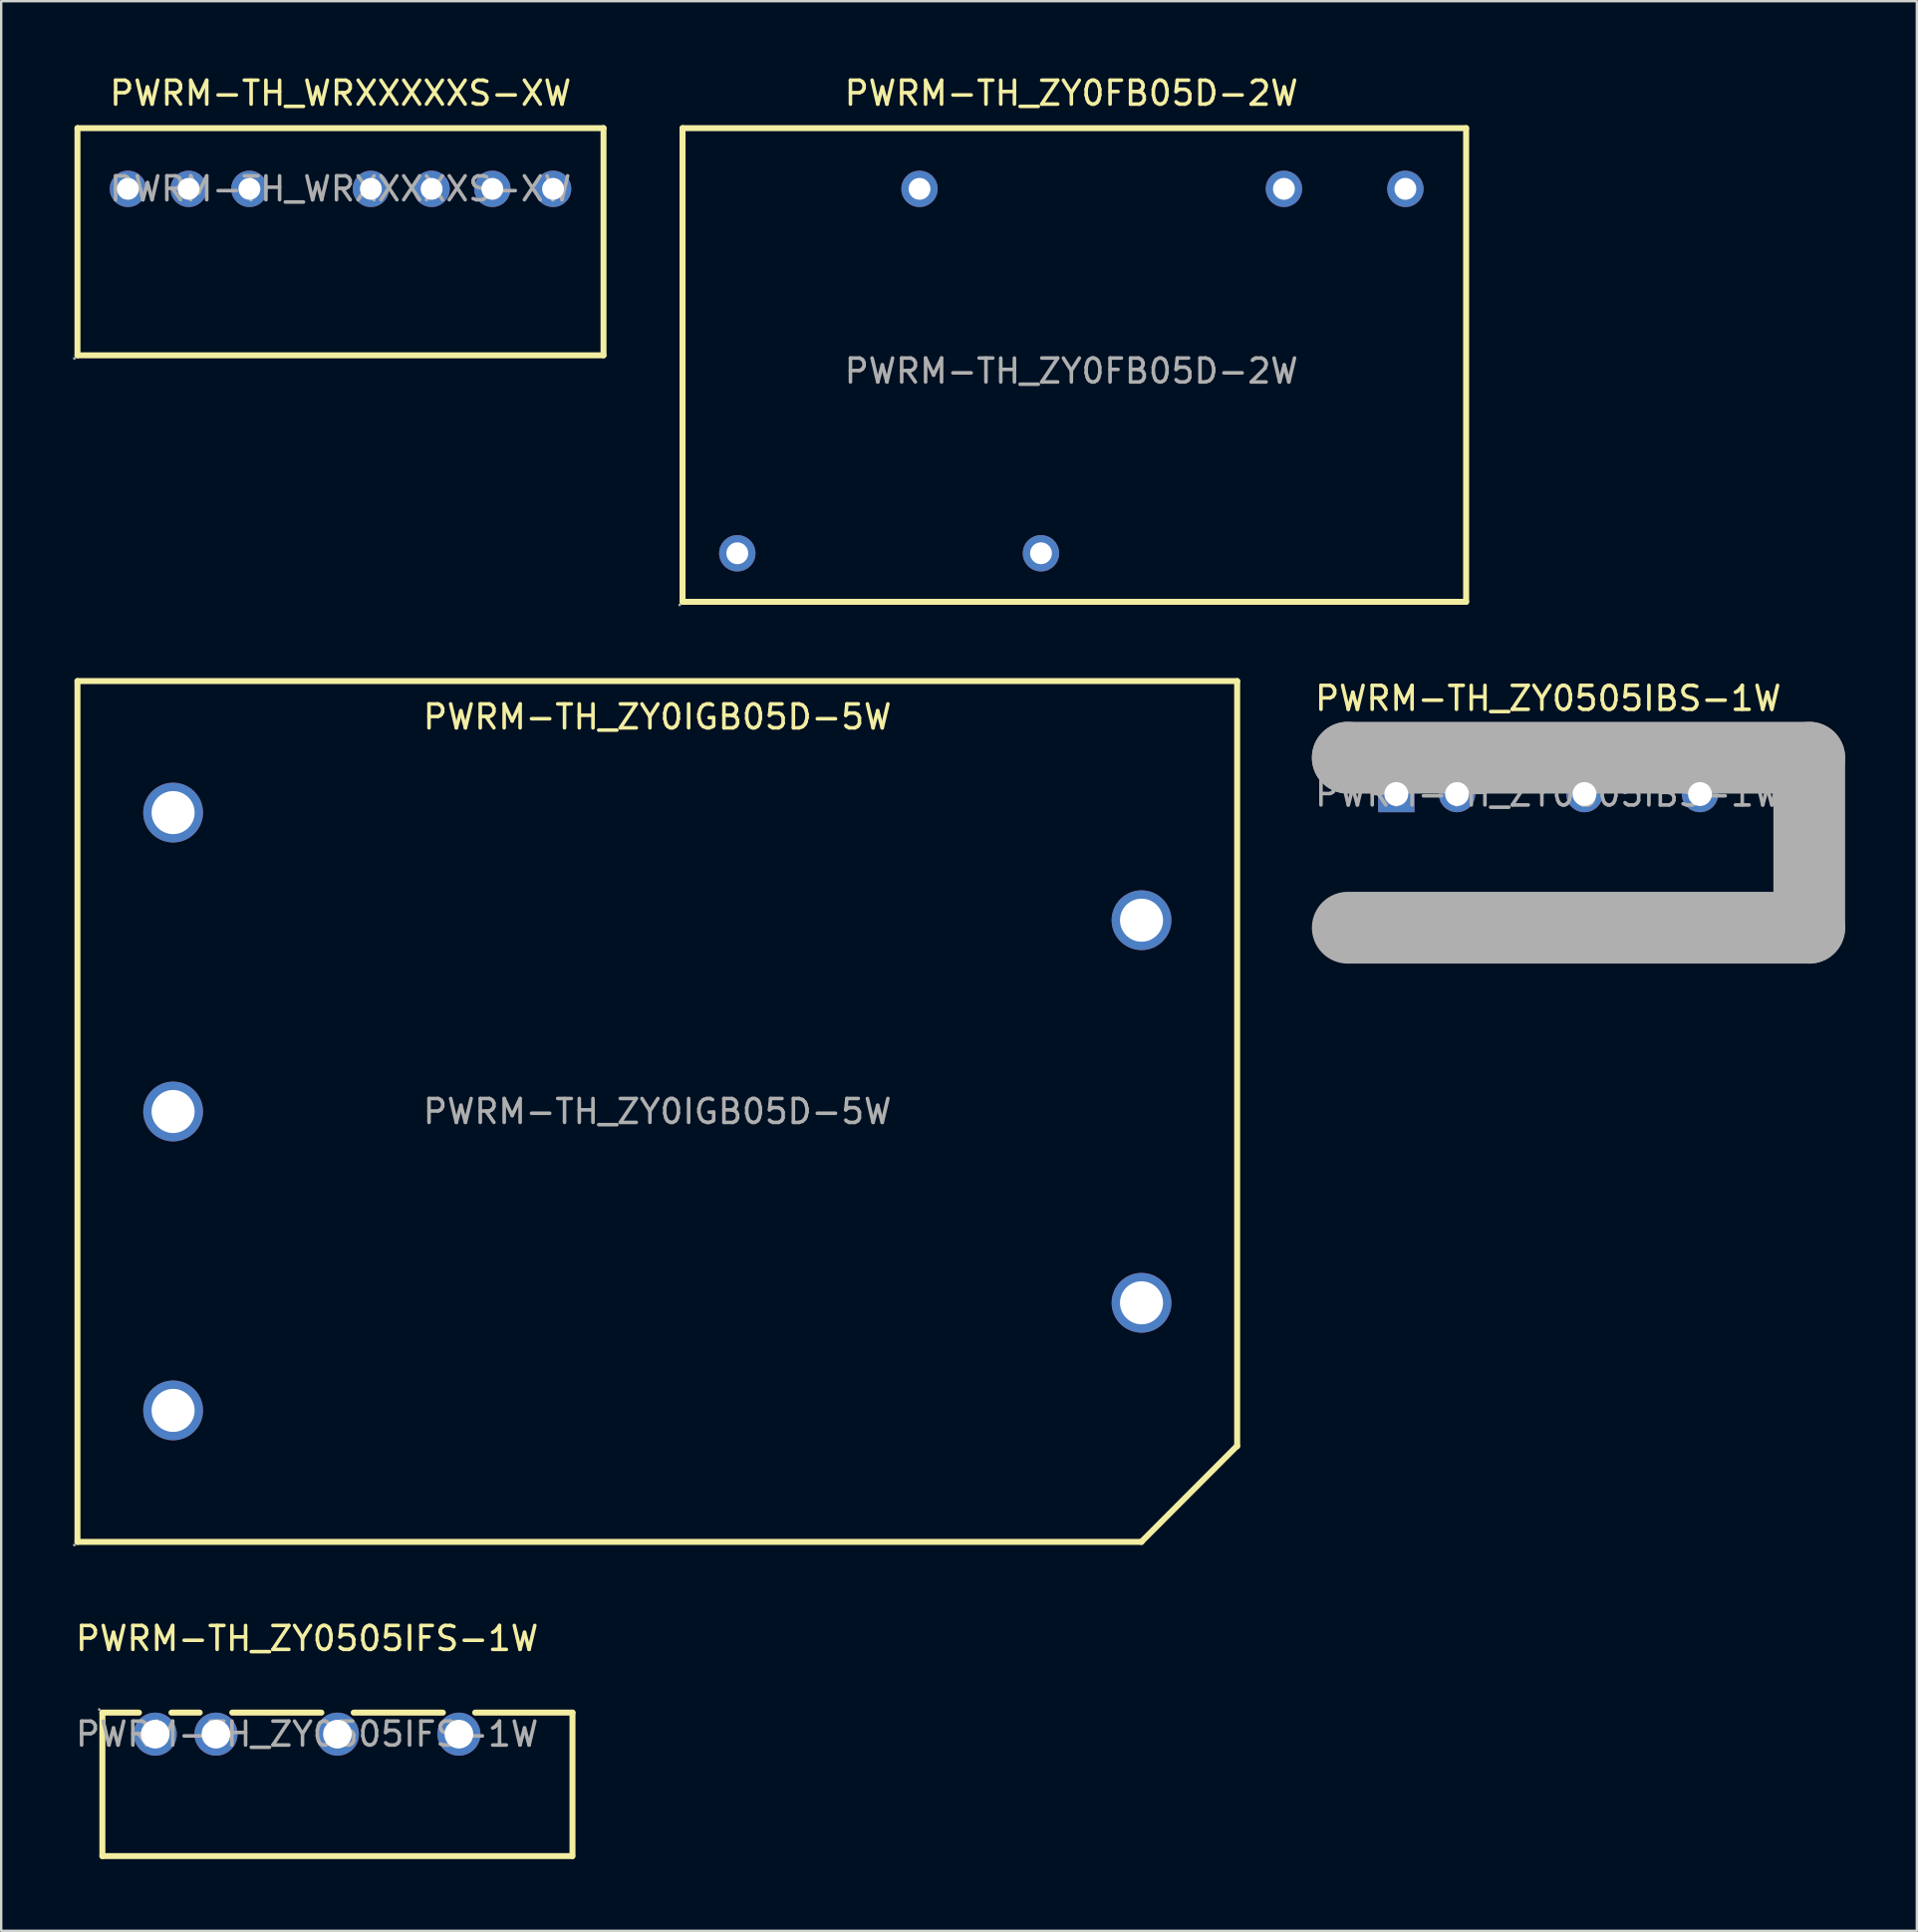
<source format=kicad_pcb>
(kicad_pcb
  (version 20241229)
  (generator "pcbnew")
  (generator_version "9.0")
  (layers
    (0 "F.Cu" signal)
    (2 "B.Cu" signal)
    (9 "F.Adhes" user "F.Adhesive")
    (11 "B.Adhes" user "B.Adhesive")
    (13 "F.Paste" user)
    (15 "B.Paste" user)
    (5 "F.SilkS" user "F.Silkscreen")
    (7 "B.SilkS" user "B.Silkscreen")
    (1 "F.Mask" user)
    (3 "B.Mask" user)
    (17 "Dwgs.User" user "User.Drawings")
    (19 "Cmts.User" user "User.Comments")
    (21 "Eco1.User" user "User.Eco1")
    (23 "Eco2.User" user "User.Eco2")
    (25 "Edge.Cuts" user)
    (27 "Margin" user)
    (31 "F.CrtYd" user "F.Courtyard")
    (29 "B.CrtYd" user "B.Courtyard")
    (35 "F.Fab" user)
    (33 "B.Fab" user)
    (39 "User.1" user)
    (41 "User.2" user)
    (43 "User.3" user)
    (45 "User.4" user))
  (footprint "PWRM-TH_ZY0505IBS-1W"
    (layer "F.Cu")
    (at 61.695 30.157)
    (property "Reference" "PWRM-TH_ZY0505IBS-1W" (at 0 -4 0) (layer "F.SilkS") (effects (font (size 1 1) (thickness 0.15))))
    (attr through_hole)
    (fp_line (start -8.38 -1.52) (end -8.38 -1.52) (stroke (width 3) (type solid)) (layer "F.Fab"))
    (fp_line (start -8.38 -1.52) (end 10.92 -1.52) (stroke (width 3) (type solid)) (layer "F.Fab"))
    (fp_line (start 10.92 -1.52) (end 10.92 5.59) (stroke (width 3) (type solid)) (layer "F.Fab"))
    (fp_line (start 10.92 5.59) (end -8.38 5.59) (stroke (width 3) (type solid)) (layer "F.Fab"))
    (fp_circle (center -8.51 5.72) (end -8.48 5.72) (stroke (width 0.06) (type solid)) (fill no) (layer "F.Fab"))
    (fp_circle (center -6.35 0) (end -6.15 0) (stroke (width 0.4) (type solid)) (fill no) (layer "F.Fab"))
    (fp_circle (center -3.81 0) (end -3.61 0) (stroke (width 0.4) (type solid)) (fill no) (layer "F.Fab"))
    (fp_circle (center 1.52 0) (end 1.72 0) (stroke (width 0.4) (type solid)) (fill no) (layer "F.Fab"))
    (fp_circle (center 6.35 0) (end 6.55 0) (stroke (width 0.4) (type solid)) (fill no) (layer "F.Fab"))
    (fp_text user "${REFERENCE}" (at 0 0 0) (layer "F.Fab") (effects (font (size 1 1) (thickness 0.15))))
    (pad "1" thru_hole rect (at -6.35 0) (size 1.52 1.52) (drill 1) (layers "*.Cu" "*.Paste" "*.Mask"))
    (pad "2" thru_hole circle (at -3.81 0) (size 1.52 1.52) (drill 1) (layers "*.Cu" "*.Paste" "*.Mask"))
    (pad "4" thru_hole circle (at 1.52 0) (size 1.52 1.52) (drill 1) (layers "*.Cu" "*.Paste" "*.Mask"))
    (pad "6" thru_hole circle (at 6.35 0) (size 1.52 1.52) (drill 1) (layers "*.Cu" "*.Paste" "*.Mask")))
  (footprint "PWRM-TH_ZY0FB05D-2W"
    (layer "F.Cu")
    (at 41.755 12.468)
    (property "Reference" "PWRM-TH_ZY0FB05D-2W" (at 0 -11.62 0) (layer "F.SilkS") (effects (font (size 1 1) (thickness 0.15))))
    (attr through_hole)
    (fp_line (start -16.26 -10.16) (end -16.26 9.65) (stroke (width 0.25) (type solid)) (layer "F.SilkS"))
    (fp_line (start -16.26 9.65) (end 16.51 9.65) (stroke (width 0.25) (type solid)) (layer "F.SilkS"))
    (fp_line (start 16.51 -10.16) (end -16.26 -10.16) (stroke (width 0.25) (type solid)) (layer "F.SilkS"))
    (fp_line (start 16.51 9.65) (end 16.51 -10.16) (stroke (width 0.25) (type solid)) (layer "F.SilkS"))
    (fp_circle (center -16.38 9.78) (end -16.35 9.78) (stroke (width 0.06) (type solid)) (fill no) (layer "F.Fab"))
    (fp_circle (center -13.97 7.62) (end -13.79 7.62) (stroke (width 0.36) (type solid)) (fill no) (layer "F.Fab"))
    (fp_circle (center -6.35 -7.62) (end -6.17 -7.62) (stroke (width 0.36) (type solid)) (fill no) (layer "F.Fab"))
    (fp_circle (center -1.27 7.62) (end -1.09 7.62) (stroke (width 0.36) (type solid)) (fill no) (layer "F.Fab"))
    (fp_circle (center 8.89 -7.62) (end 9.07 -7.62) (stroke (width 0.36) (type solid)) (fill no) (layer "F.Fab"))
    (fp_circle (center 13.97 -7.62) (end 14.15 -7.62) (stroke (width 0.36) (type solid)) (fill no) (layer "F.Fab"))
    (fp_text user "${REFERENCE}" (at 0 0 0) (layer "F.Fab") (effects (font (size 1 1) (thickness 0.15))))
    (pad "1" thru_hole circle (at -13.97 7.62) (size 1.52 1.52) (drill 0.914) (layers "*.Cu" "*.Paste" "*.Mask"))
    (pad "2" thru_hole circle (at -1.27 7.62) (size 1.52 1.52) (drill 0.914) (layers "*.Cu" "*.Paste" "*.Mask"))
    (pad "3" thru_hole circle (at 13.97 -7.62) (size 1.52 1.52) (drill 0.914) (layers "*.Cu" "*.Paste" "*.Mask"))
    (pad "4" thru_hole circle (at 8.89 -7.62) (size 1.52 1.52) (drill 0.914) (layers "*.Cu" "*.Paste" "*.Mask"))
    (pad "5" thru_hole circle (at -6.35 -7.62) (size 1.52 1.52) (drill 0.914) (layers "*.Cu" "*.Paste" "*.Mask")))
  (footprint "PWRM-TH_WRXXXXXS-XW"
    (layer "F.Cu")
    (at 11.19 4.848)
    (property "Reference" "PWRM-TH_WRXXXXXS-XW" (at 0 -4 0) (layer "F.SilkS") (effects (font (size 1 1) (thickness 0.15))))
    (attr through_hole)
    (fp_line (start -11 -2.54) (end -11 6.96) (stroke (width 0.25) (type solid)) (layer "F.SilkS"))
    (fp_line (start -11 -2.54) (end 11 -2.54) (stroke (width 0.25) (type solid)) (layer "F.SilkS"))
    (fp_line (start -11 6.96) (end 11 6.96) (stroke (width 0.25) (type solid)) (layer "F.SilkS"))
    (fp_line (start 11 -2.54) (end 11 6.96) (stroke (width 0.25) (type solid)) (layer "F.SilkS"))
    (fp_circle (center -11.13 7.09) (end -11.1 7.09) (stroke (width 0.06) (type solid)) (fill no) (layer "F.Fab"))
    (fp_circle (center -8.89 0) (end -8.71 0) (stroke (width 0.36) (type solid)) (fill no) (layer "F.Fab"))
    (fp_circle (center -6.35 0) (end -6.17 0) (stroke (width 0.36) (type solid)) (fill no) (layer "F.Fab"))
    (fp_circle (center -3.81 0) (end -3.63 0) (stroke (width 0.36) (type solid)) (fill no) (layer "F.Fab"))
    (fp_circle (center 1.27 0) (end 1.45 0) (stroke (width 0.36) (type solid)) (fill no) (layer "F.Fab"))
    (fp_circle (center 3.81 0) (end 3.99 0) (stroke (width 0.36) (type solid)) (fill no) (layer "F.Fab"))
    (fp_circle (center 6.35 0) (end 6.53 0) (stroke (width 0.36) (type solid)) (fill no) (layer "F.Fab"))
    (fp_circle (center 8.89 0) (end 9.07 0) (stroke (width 0.36) (type solid)) (fill no) (layer "F.Fab"))
    (fp_text user "${REFERENCE}" (at 0 0 0) (layer "F.Fab") (effects (font (size 1 1) (thickness 0.15))))
    (pad "1" thru_hole circle (at -8.89 0) (size 1.52 1.52) (drill 0.914) (layers "*.Cu" "*.Paste" "*.Mask"))
    (pad "2" thru_hole circle (at -6.35 0) (size 1.52 1.52) (drill 0.914) (layers "*.Cu" "*.Paste" "*.Mask"))
    (pad "3" thru_hole circle (at -3.81 0) (size 1.52 1.52) (drill 0.914) (layers "*.Cu" "*.Paste" "*.Mask"))
    (pad "5" thru_hole circle (at 1.27 0) (size 1.52 1.52) (drill 0.914) (layers "*.Cu" "*.Paste" "*.Mask"))
    (pad "6" thru_hole circle (at 3.81 0) (size 1.52 1.52) (drill 0.914) (layers "*.Cu" "*.Paste" "*.Mask"))
    (pad "7" thru_hole circle (at 6.35 0) (size 1.52 1.52) (drill 0.914) (layers "*.Cu" "*.Paste" "*.Mask"))
    (pad "8" thru_hole circle (at 8.89 0) (size 1.52 1.52) (drill 0.914) (layers "*.Cu" "*.Paste" "*.Mask")))
  (footprint "PWRM-TH_ZY0505IFS-1W"
    (layer "F.Cu")
    (at 9.792 69.472)
    (property "Reference" "PWRM-TH_ZY0505IFS-1W" (at 0 -4 0) (layer "F.SilkS") (effects (font (size 1 1) (thickness 0.15))))
    (attr through_hole)
    (fp_line (start -8.56 -0.9) (end -8.56 5.1) (stroke (width 0.25) (type solid)) (layer "F.SilkS"))
    (fp_line (start -7.03 -0.9) (end -8.56 -0.9) (stroke (width 0.25) (type solid)) (layer "F.SilkS"))
    (fp_line (start -4.49 -0.9) (end -5.67 -0.9) (stroke (width 0.25) (type solid)) (layer "F.SilkS"))
    (fp_line (start 0.6 -0.9) (end -3.13 -0.9) (stroke (width 0.25) (type solid)) (layer "F.SilkS"))
    (fp_line (start 5.68 -0.9) (end 1.95 -0.9) (stroke (width 0.25) (type solid)) (layer "F.SilkS"))
    (fp_line (start 11.09 5.1) (end -8.56 5.1) (stroke (width 0.25) (type solid)) (layer "F.SilkS"))
    (fp_line (start 11.1 -0.9) (end 7.03 -0.9) (stroke (width 0.25) (type solid)) (layer "F.SilkS"))
    (fp_line (start 11.1 5.1) (end 11.1 -0.9) (stroke (width 0.25) (type solid)) (layer "F.SilkS"))
    (fp_circle (center -8.69 -1.03) (end -8.66 -1.03) (stroke (width 0.06) (type solid)) (fill no) (layer "F.Fab"))
    (fp_circle (center -6.35 0) (end -6.1 0) (stroke (width 0.5) (type solid)) (fill no) (layer "F.Fab"))
    (fp_circle (center -3.81 0) (end -3.56 0) (stroke (width 0.5) (type solid)) (fill no) (layer "F.Fab"))
    (fp_circle (center 1.27 0) (end 1.52 0) (stroke (width 0.5) (type solid)) (fill no) (layer "F.Fab"))
    (fp_circle (center 6.35 0) (end 6.6 0) (stroke (width 0.5) (type solid)) (fill no) (layer "F.Fab"))
    (fp_text user "${REFERENCE}" (at 0 0 0) (layer "F.Fab") (effects (font (size 1 1) (thickness 0.15))))
    (pad "1" thru_hole circle (at -6.35 0) (size 1.8 1.8) (drill 1.2) (layers "*.Cu" "*.Paste" "*.Mask"))
    (pad "2" thru_hole circle (at -3.81 0) (size 1.8 1.8) (drill 1.2) (layers "*.Cu" "*.Paste" "*.Mask"))
    (pad "4" thru_hole circle (at 1.27 0) (size 1.8 1.8) (drill 1.2) (layers "*.Cu" "*.Paste" "*.Mask"))
    (pad "6" thru_hole circle (at 6.35 0) (size 1.8 1.8) (drill 1.2) (layers "*.Cu" "*.Paste" "*.Mask")))
  (footprint "PWRM-TH_ZY0IGB05D-5W"
    (layer "F.Cu")
    (at 24.44 43.433)
    (property "Reference" "PWRM-TH_ZY0IGB05D-5W" (at 0 -16.5 0) (layer "F.SilkS") (effects (font (size 1 1) (thickness 0.15))))
    (attr through_hole)
    (fp_line (start -24.25 -18) (end 24.25 -18) (stroke (width 0.25) (type solid)) (layer "F.SilkS"))
    (fp_line (start -24.25 18) (end -24.25 -18) (stroke (width 0.25) (type solid)) (layer "F.SilkS"))
    (fp_line (start 20.25 18) (end -24.25 18) (stroke (width 0.25) (type solid)) (layer "F.SilkS"))
    (fp_line (start 24.25 -18) (end 24.25 14) (stroke (width 0.25) (type solid)) (layer "F.SilkS"))
    (fp_line (start 24.25 13.98) (end 20.24 18) (stroke (width 0.25) (type solid)) (layer "F.SilkS"))
    (fp_circle (center -24.38 18.13) (end -24.35 18.13) (stroke (width 0.06) (type solid)) (fill no) (layer "F.Fab"))
    (fp_circle (center -20.25 -12.5) (end -19.85 -12.5) (stroke (width 0.8) (type solid)) (fill no) (layer "F.Fab"))
    (fp_circle (center -20.25 0) (end -19.85 0) (stroke (width 0.8) (type solid)) (fill no) (layer "F.Fab"))
    (fp_circle (center -20.25 12.5) (end -19.85 12.5) (stroke (width 0.8) (type solid)) (fill no) (layer "F.Fab"))
    (fp_circle (center 20.25 -8) (end 20.65 -8) (stroke (width 0.8) (type solid)) (fill no) (layer "F.Fab"))
    (fp_circle (center 20.25 8) (end 20.65 8) (stroke (width 0.8) (type solid)) (fill no) (layer "F.Fab"))
    (fp_text user "${REFERENCE}" (at 0 0 0) (layer "F.Fab") (effects (font (size 1 1) (thickness 0.15))))
    (pad "1" thru_hole circle (at -20.25 12.5) (size 2.5 2.5) (drill 1.8) (layers "*.Cu" "*.Paste" "*.Mask"))
    (pad "2" thru_hole circle (at -20.25 0) (size 2.5 2.5) (drill 1.8) (layers "*.Cu" "*.Paste" "*.Mask"))
    (pad "3" thru_hole circle (at -20.25 -12.5) (size 2.5 2.5) (drill 1.8) (layers "*.Cu" "*.Paste" "*.Mask"))
    (pad "4" thru_hole circle (at 20.25 -8) (size 2.5 2.5) (drill 1.8) (layers "*.Cu" "*.Paste" "*.Mask"))
    (pad "8" thru_hole circle (at 20.25 8) (size 2.5 2.5) (drill 1.8) (layers "*.Cu" "*.Paste" "*.Mask")))
  (gr_rect
    (start -3 -3)
    (end 77.115 77.697)
    (stroke (width 0.1) (type default))
    (fill no)
    (layer "Edge.Cuts")))
</source>
